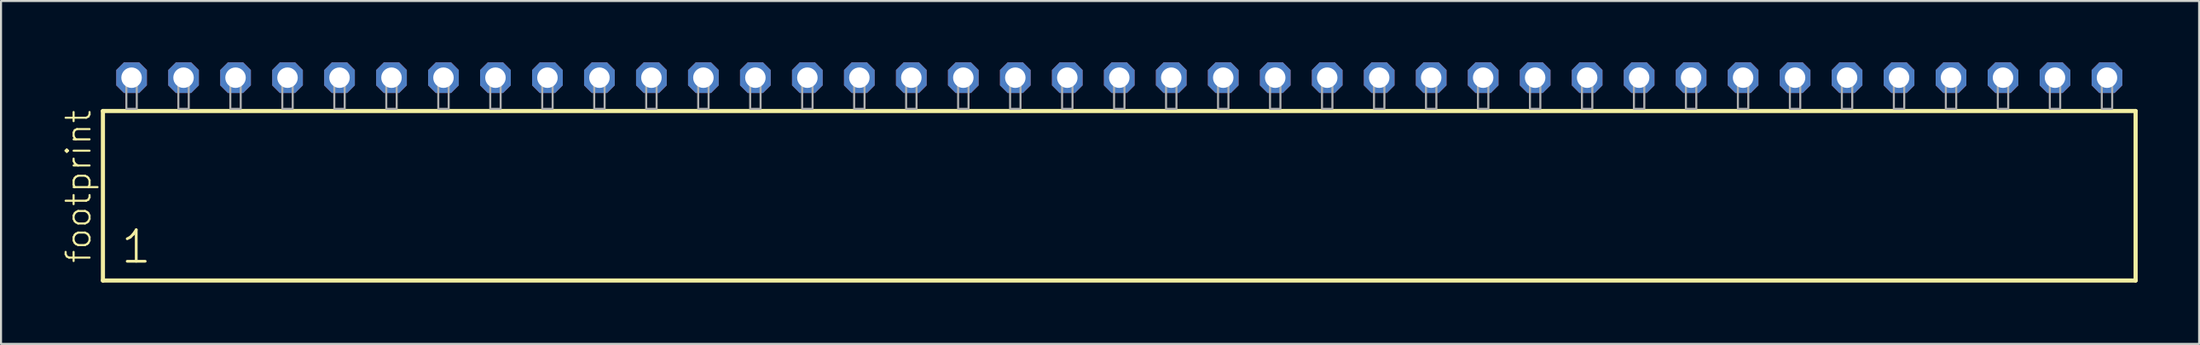
<source format=kicad_pcb>
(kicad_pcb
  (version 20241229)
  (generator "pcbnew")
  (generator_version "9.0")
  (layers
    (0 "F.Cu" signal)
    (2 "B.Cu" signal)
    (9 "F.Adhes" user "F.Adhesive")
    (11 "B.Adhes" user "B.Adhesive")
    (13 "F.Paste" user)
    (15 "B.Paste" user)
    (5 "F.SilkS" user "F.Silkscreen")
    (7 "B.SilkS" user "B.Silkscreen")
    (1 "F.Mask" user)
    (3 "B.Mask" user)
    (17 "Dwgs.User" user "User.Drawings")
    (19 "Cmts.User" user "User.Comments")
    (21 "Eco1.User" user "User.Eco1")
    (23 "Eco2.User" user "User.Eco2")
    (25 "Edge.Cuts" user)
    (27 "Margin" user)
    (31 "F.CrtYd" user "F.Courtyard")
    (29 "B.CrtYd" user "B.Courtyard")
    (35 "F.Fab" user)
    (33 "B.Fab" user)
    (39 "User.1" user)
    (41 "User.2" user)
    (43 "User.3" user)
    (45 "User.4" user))
  (footprint "footprint"
    (layer "F.Cu")
    (at 51.638 2.274)
    (property "Reference" "footprint" (at -50.165 7.62 90) (layer "F.SilkS") (effects (font (size 1.168 1.168) (thickness 0.102)) (justify left bottom)))
    (fp_line (start -49.659 0.106) (end -49.659 8.396) (stroke (width 0.203) (type solid)) (layer "F.SilkS"))
    (fp_line (start -49.659 8.396) (end 49.659 8.396) (stroke (width 0.203) (type solid)) (layer "F.SilkS"))
    (fp_line (start 49.659 0.106) (end -49.659 0.106) (stroke (width 0.203) (type solid)) (layer "F.SilkS"))
    (fp_line (start 49.659 8.396) (end 49.659 0.106) (stroke (width 0.203) (type solid)) (layer "F.SilkS"))
    (fp_poly (pts (xy -48.514 0) (xy -48.006 0) (xy -48.006 -1.778) (xy -48.514 -1.778)) (stroke (width 0.1) (type solid)) (fill no) (layer "F.Fab"))
    (fp_poly (pts (xy -45.974 0) (xy -45.466 0) (xy -45.466 -1.778) (xy -45.974 -1.778)) (stroke (width 0.1) (type solid)) (fill no) (layer "F.Fab"))
    (fp_poly (pts (xy -43.434 0) (xy -42.926 0) (xy -42.926 -1.778) (xy -43.434 -1.778)) (stroke (width 0.1) (type solid)) (fill no) (layer "F.Fab"))
    (fp_poly (pts (xy -40.894 0) (xy -40.386 0) (xy -40.386 -1.778) (xy -40.894 -1.778)) (stroke (width 0.1) (type solid)) (fill no) (layer "F.Fab"))
    (fp_poly (pts (xy -38.354 0) (xy -37.846 0) (xy -37.846 -1.778) (xy -38.354 -1.778)) (stroke (width 0.1) (type solid)) (fill no) (layer "F.Fab"))
    (fp_poly (pts (xy -35.814 0) (xy -35.306 0) (xy -35.306 -1.778) (xy -35.814 -1.778)) (stroke (width 0.1) (type solid)) (fill no) (layer "F.Fab"))
    (fp_poly (pts (xy -33.274 0) (xy -32.766 0) (xy -32.766 -1.778) (xy -33.274 -1.778)) (stroke (width 0.1) (type solid)) (fill no) (layer "F.Fab"))
    (fp_poly (pts (xy -30.734 0) (xy -30.226 0) (xy -30.226 -1.778) (xy -30.734 -1.778)) (stroke (width 0.1) (type solid)) (fill no) (layer "F.Fab"))
    (fp_poly (pts (xy -28.194 0) (xy -27.686 0) (xy -27.686 -1.778) (xy -28.194 -1.778)) (stroke (width 0.1) (type solid)) (fill no) (layer "F.Fab"))
    (fp_poly (pts (xy -25.654 0) (xy -25.146 0) (xy -25.146 -1.778) (xy -25.654 -1.778)) (stroke (width 0.1) (type solid)) (fill no) (layer "F.Fab"))
    (fp_poly (pts (xy -23.114 0) (xy -22.606 0) (xy -22.606 -1.778) (xy -23.114 -1.778)) (stroke (width 0.1) (type solid)) (fill no) (layer "F.Fab"))
    (fp_poly (pts (xy -20.574 0) (xy -20.066 0) (xy -20.066 -1.778) (xy -20.574 -1.778)) (stroke (width 0.1) (type solid)) (fill no) (layer "F.Fab"))
    (fp_poly (pts (xy -18.034 0) (xy -17.526 0) (xy -17.526 -1.778) (xy -18.034 -1.778)) (stroke (width 0.1) (type solid)) (fill no) (layer "F.Fab"))
    (fp_poly (pts (xy -15.494 0) (xy -14.986 0) (xy -14.986 -1.778) (xy -15.494 -1.778)) (stroke (width 0.1) (type solid)) (fill no) (layer "F.Fab"))
    (fp_poly (pts (xy -12.954 0) (xy -12.446 0) (xy -12.446 -1.778) (xy -12.954 -1.778)) (stroke (width 0.1) (type solid)) (fill no) (layer "F.Fab"))
    (fp_poly (pts (xy -10.414 0) (xy -9.906 0) (xy -9.906 -1.778) (xy -10.414 -1.778)) (stroke (width 0.1) (type solid)) (fill no) (layer "F.Fab"))
    (fp_poly (pts (xy -7.874 0) (xy -7.366 0) (xy -7.366 -1.778) (xy -7.874 -1.778)) (stroke (width 0.1) (type solid)) (fill no) (layer "F.Fab"))
    (fp_poly (pts (xy -5.334 0) (xy -4.826 0) (xy -4.826 -1.778) (xy -5.334 -1.778)) (stroke (width 0.1) (type solid)) (fill no) (layer "F.Fab"))
    (fp_poly (pts (xy -2.794 0) (xy -2.286 0) (xy -2.286 -1.778) (xy -2.794 -1.778)) (stroke (width 0.1) (type solid)) (fill no) (layer "F.Fab"))
    (fp_poly (pts (xy -0.254 0) (xy 0.254 0) (xy 0.254 -1.778) (xy -0.254 -1.778)) (stroke (width 0.1) (type solid)) (fill no) (layer "F.Fab"))
    (fp_poly (pts (xy 2.286 0) (xy 2.794 0) (xy 2.794 -1.778) (xy 2.286 -1.778)) (stroke (width 0.1) (type solid)) (fill no) (layer "F.Fab"))
    (fp_poly (pts (xy 4.826 0) (xy 5.334 0) (xy 5.334 -1.778) (xy 4.826 -1.778)) (stroke (width 0.1) (type solid)) (fill no) (layer "F.Fab"))
    (fp_poly (pts (xy 7.366 0) (xy 7.874 0) (xy 7.874 -1.778) (xy 7.366 -1.778)) (stroke (width 0.1) (type solid)) (fill no) (layer "F.Fab"))
    (fp_poly (pts (xy 9.906 0) (xy 10.414 0) (xy 10.414 -1.778) (xy 9.906 -1.778)) (stroke (width 0.1) (type solid)) (fill no) (layer "F.Fab"))
    (fp_poly (pts (xy 12.446 0) (xy 12.954 0) (xy 12.954 -1.778) (xy 12.446 -1.778)) (stroke (width 0.1) (type solid)) (fill no) (layer "F.Fab"))
    (fp_poly (pts (xy 14.986 0) (xy 15.494 0) (xy 15.494 -1.778) (xy 14.986 -1.778)) (stroke (width 0.1) (type solid)) (fill no) (layer "F.Fab"))
    (fp_poly (pts (xy 17.526 0) (xy 18.034 0) (xy 18.034 -1.778) (xy 17.526 -1.778)) (stroke (width 0.1) (type solid)) (fill no) (layer "F.Fab"))
    (fp_poly (pts (xy 20.066 0) (xy 20.574 0) (xy 20.574 -1.778) (xy 20.066 -1.778)) (stroke (width 0.1) (type solid)) (fill no) (layer "F.Fab"))
    (fp_poly (pts (xy 22.606 0) (xy 23.114 0) (xy 23.114 -1.778) (xy 22.606 -1.778)) (stroke (width 0.1) (type solid)) (fill no) (layer "F.Fab"))
    (fp_poly (pts (xy 25.146 0) (xy 25.654 0) (xy 25.654 -1.778) (xy 25.146 -1.778)) (stroke (width 0.1) (type solid)) (fill no) (layer "F.Fab"))
    (fp_poly (pts (xy 27.686 0) (xy 28.194 0) (xy 28.194 -1.778) (xy 27.686 -1.778)) (stroke (width 0.1) (type solid)) (fill no) (layer "F.Fab"))
    (fp_poly (pts (xy 30.226 0) (xy 30.734 0) (xy 30.734 -1.778) (xy 30.226 -1.778)) (stroke (width 0.1) (type solid)) (fill no) (layer "F.Fab"))
    (fp_poly (pts (xy 32.766 0) (xy 33.274 0) (xy 33.274 -1.778) (xy 32.766 -1.778)) (stroke (width 0.1) (type solid)) (fill no) (layer "F.Fab"))
    (fp_poly (pts (xy 35.306 0) (xy 35.814 0) (xy 35.814 -1.778) (xy 35.306 -1.778)) (stroke (width 0.1) (type solid)) (fill no) (layer "F.Fab"))
    (fp_poly (pts (xy 37.846 0) (xy 38.354 0) (xy 38.354 -1.778) (xy 37.846 -1.778)) (stroke (width 0.1) (type solid)) (fill no) (layer "F.Fab"))
    (fp_poly (pts (xy 40.386 0) (xy 40.894 0) (xy 40.894 -1.778) (xy 40.386 -1.778)) (stroke (width 0.1) (type solid)) (fill no) (layer "F.Fab"))
    (fp_poly (pts (xy 42.926 0) (xy 43.434 0) (xy 43.434 -1.778) (xy 42.926 -1.778)) (stroke (width 0.1) (type solid)) (fill no) (layer "F.Fab"))
    (fp_poly (pts (xy 45.466 0) (xy 45.974 0) (xy 45.974 -1.778) (xy 45.466 -1.778)) (stroke (width 0.1) (type solid)) (fill no) (layer "F.Fab"))
    (fp_poly (pts (xy 48.006 0) (xy 48.514 0) (xy 48.514 -1.778) (xy 48.006 -1.778)) (stroke (width 0.1) (type solid)) (fill no) (layer "F.Fab"))
    (fp_text user "1" (at -48.855 7.65 0) (layer "F.SilkS") (effects (font (size 1.542 1.542) (thickness 0.134)) (justify left bottom)))
    (pad "1" thru_hole roundrect (at -48.26 -1.524) (size 1.5 1.5) (drill 1) (layers "*.Cu" "*.Mask") (roundrect_rratio 0.25) (chamfer_ratio 0.25) (chamfer top_left top_right bottom_left bottom_right))
    (pad "2" thru_hole roundrect (at -45.72 -1.524) (size 1.5 1.5) (drill 1) (layers "*.Cu" "*.Mask") (roundrect_rratio 0.25) (chamfer_ratio 0.25) (chamfer top_left top_right bottom_left bottom_right))
    (pad "3" thru_hole roundrect (at -43.18 -1.524) (size 1.5 1.5) (drill 1) (layers "*.Cu" "*.Mask") (roundrect_rratio 0.25) (chamfer_ratio 0.25) (chamfer top_left top_right bottom_left bottom_right))
    (pad "4" thru_hole roundrect (at -40.64 -1.524) (size 1.5 1.5) (drill 1) (layers "*.Cu" "*.Mask") (roundrect_rratio 0.25) (chamfer_ratio 0.25) (chamfer top_left top_right bottom_left bottom_right))
    (pad "5" thru_hole roundrect (at -38.1 -1.524) (size 1.5 1.5) (drill 1) (layers "*.Cu" "*.Mask") (roundrect_rratio 0.25) (chamfer_ratio 0.25) (chamfer top_left top_right bottom_left bottom_right))
    (pad "6" thru_hole roundrect (at -35.56 -1.524) (size 1.5 1.5) (drill 1) (layers "*.Cu" "*.Mask") (roundrect_rratio 0.25) (chamfer_ratio 0.25) (chamfer top_left top_right bottom_left bottom_right))
    (pad "7" thru_hole roundrect (at -33.02 -1.524) (size 1.5 1.5) (drill 1) (layers "*.Cu" "*.Mask") (roundrect_rratio 0.25) (chamfer_ratio 0.25) (chamfer top_left top_right bottom_left bottom_right))
    (pad "8" thru_hole roundrect (at -30.48 -1.524) (size 1.5 1.5) (drill 1) (layers "*.Cu" "*.Mask") (roundrect_rratio 0.25) (chamfer_ratio 0.25) (chamfer top_left top_right bottom_left bottom_right))
    (pad "9" thru_hole roundrect (at -27.94 -1.524) (size 1.5 1.5) (drill 1) (layers "*.Cu" "*.Mask") (roundrect_rratio 0.25) (chamfer_ratio 0.25) (chamfer top_left top_right bottom_left bottom_right))
    (pad "10" thru_hole roundrect (at -25.4 -1.524) (size 1.5 1.5) (drill 1) (layers "*.Cu" "*.Mask") (roundrect_rratio 0.25) (chamfer_ratio 0.25) (chamfer top_left top_right bottom_left bottom_right))
    (pad "11" thru_hole roundrect (at -22.86 -1.524) (size 1.5 1.5) (drill 1) (layers "*.Cu" "*.Mask") (roundrect_rratio 0.25) (chamfer_ratio 0.25) (chamfer top_left top_right bottom_left bottom_right))
    (pad "12" thru_hole roundrect (at -20.32 -1.524) (size 1.5 1.5) (drill 1) (layers "*.Cu" "*.Mask") (roundrect_rratio 0.25) (chamfer_ratio 0.25) (chamfer top_left top_right bottom_left bottom_right))
    (pad "13" thru_hole roundrect (at -17.78 -1.524) (size 1.5 1.5) (drill 1) (layers "*.Cu" "*.Mask") (roundrect_rratio 0.25) (chamfer_ratio 0.25) (chamfer top_left top_right bottom_left bottom_right))
    (pad "14" thru_hole roundrect (at -15.24 -1.524) (size 1.5 1.5) (drill 1) (layers "*.Cu" "*.Mask") (roundrect_rratio 0.25) (chamfer_ratio 0.25) (chamfer top_left top_right bottom_left bottom_right))
    (pad "15" thru_hole roundrect (at -12.7 -1.524) (size 1.5 1.5) (drill 1) (layers "*.Cu" "*.Mask") (roundrect_rratio 0.25) (chamfer_ratio 0.25) (chamfer top_left top_right bottom_left bottom_right))
    (pad "16" thru_hole roundrect (at -10.16 -1.524) (size 1.5 1.5) (drill 1) (layers "*.Cu" "*.Mask") (roundrect_rratio 0.25) (chamfer_ratio 0.25) (chamfer top_left top_right bottom_left bottom_right))
    (pad "17" thru_hole roundrect (at -7.62 -1.524) (size 1.5 1.5) (drill 1) (layers "*.Cu" "*.Mask") (roundrect_rratio 0.25) (chamfer_ratio 0.25) (chamfer top_left top_right bottom_left bottom_right))
    (pad "18" thru_hole roundrect (at -5.08 -1.524) (size 1.5 1.5) (drill 1) (layers "*.Cu" "*.Mask") (roundrect_rratio 0.25) (chamfer_ratio 0.25) (chamfer top_left top_right bottom_left bottom_right))
    (pad "19" thru_hole roundrect (at -2.54 -1.524) (size 1.5 1.5) (drill 1) (layers "*.Cu" "*.Mask") (roundrect_rratio 0.25) (chamfer_ratio 0.25) (chamfer top_left top_right bottom_left bottom_right))
    (pad "20" thru_hole roundrect (at 0 -1.524) (size 1.5 1.5) (drill 1) (layers "*.Cu" "*.Mask") (roundrect_rratio 0.25) (chamfer_ratio 0.25) (chamfer top_left top_right bottom_left bottom_right))
    (pad "21" thru_hole roundrect (at 2.54 -1.524) (size 1.5 1.5) (drill 1) (layers "*.Cu" "*.Mask") (roundrect_rratio 0.25) (chamfer_ratio 0.25) (chamfer top_left top_right bottom_left bottom_right))
    (pad "22" thru_hole roundrect (at 5.08 -1.524) (size 1.5 1.5) (drill 1) (layers "*.Cu" "*.Mask") (roundrect_rratio 0.25) (chamfer_ratio 0.25) (chamfer top_left top_right bottom_left bottom_right))
    (pad "23" thru_hole roundrect (at 7.62 -1.524) (size 1.5 1.5) (drill 1) (layers "*.Cu" "*.Mask") (roundrect_rratio 0.25) (chamfer_ratio 0.25) (chamfer top_left top_right bottom_left bottom_right))
    (pad "24" thru_hole roundrect (at 10.16 -1.524) (size 1.5 1.5) (drill 1) (layers "*.Cu" "*.Mask") (roundrect_rratio 0.25) (chamfer_ratio 0.25) (chamfer top_left top_right bottom_left bottom_right))
    (pad "25" thru_hole roundrect (at 12.7 -1.524) (size 1.5 1.5) (drill 1) (layers "*.Cu" "*.Mask") (roundrect_rratio 0.25) (chamfer_ratio 0.25) (chamfer top_left top_right bottom_left bottom_right))
    (pad "26" thru_hole roundrect (at 15.24 -1.524) (size 1.5 1.5) (drill 1) (layers "*.Cu" "*.Mask") (roundrect_rratio 0.25) (chamfer_ratio 0.25) (chamfer top_left top_right bottom_left bottom_right))
    (pad "27" thru_hole roundrect (at 17.78 -1.524) (size 1.5 1.5) (drill 1) (layers "*.Cu" "*.Mask") (roundrect_rratio 0.25) (chamfer_ratio 0.25) (chamfer top_left top_right bottom_left bottom_right))
    (pad "28" thru_hole roundrect (at 20.32 -1.524) (size 1.5 1.5) (drill 1) (layers "*.Cu" "*.Mask") (roundrect_rratio 0.25) (chamfer_ratio 0.25) (chamfer top_left top_right bottom_left bottom_right))
    (pad "29" thru_hole roundrect (at 22.86 -1.524) (size 1.5 1.5) (drill 1) (layers "*.Cu" "*.Mask") (roundrect_rratio 0.25) (chamfer_ratio 0.25) (chamfer top_left top_right bottom_left bottom_right))
    (pad "30" thru_hole roundrect (at 25.4 -1.524) (size 1.5 1.5) (drill 1) (layers "*.Cu" "*.Mask") (roundrect_rratio 0.25) (chamfer_ratio 0.25) (chamfer top_left top_right bottom_left bottom_right))
    (pad "31" thru_hole roundrect (at 27.94 -1.524) (size 1.5 1.5) (drill 1) (layers "*.Cu" "*.Mask") (roundrect_rratio 0.25) (chamfer_ratio 0.25) (chamfer top_left top_right bottom_left bottom_right))
    (pad "32" thru_hole roundrect (at 30.48 -1.524) (size 1.5 1.5) (drill 1) (layers "*.Cu" "*.Mask") (roundrect_rratio 0.25) (chamfer_ratio 0.25) (chamfer top_left top_right bottom_left bottom_right))
    (pad "33" thru_hole roundrect (at 33.02 -1.524) (size 1.5 1.5) (drill 1) (layers "*.Cu" "*.Mask") (roundrect_rratio 0.25) (chamfer_ratio 0.25) (chamfer top_left top_right bottom_left bottom_right))
    (pad "34" thru_hole roundrect (at 35.56 -1.524) (size 1.5 1.5) (drill 1) (layers "*.Cu" "*.Mask") (roundrect_rratio 0.25) (chamfer_ratio 0.25) (chamfer top_left top_right bottom_left bottom_right))
    (pad "35" thru_hole roundrect (at 38.1 -1.524) (size 1.5 1.5) (drill 1) (layers "*.Cu" "*.Mask") (roundrect_rratio 0.25) (chamfer_ratio 0.25) (chamfer top_left top_right bottom_left bottom_right))
    (pad "36" thru_hole roundrect (at 40.64 -1.524) (size 1.5 1.5) (drill 1) (layers "*.Cu" "*.Mask") (roundrect_rratio 0.25) (chamfer_ratio 0.25) (chamfer top_left top_right bottom_left bottom_right))
    (pad "37" thru_hole roundrect (at 43.18 -1.524) (size 1.5 1.5) (drill 1) (layers "*.Cu" "*.Mask") (roundrect_rratio 0.25) (chamfer_ratio 0.25) (chamfer top_left top_right bottom_left bottom_right))
    (pad "38" thru_hole roundrect (at 45.72 -1.524) (size 1.5 1.5) (drill 1) (layers "*.Cu" "*.Mask") (roundrect_rratio 0.25) (chamfer_ratio 0.25) (chamfer top_left top_right bottom_left bottom_right))
    (pad "39" thru_hole roundrect (at 48.26 -1.524) (size 1.5 1.5) (drill 1) (layers "*.Cu" "*.Mask") (roundrect_rratio 0.25) (chamfer_ratio 0.25) (chamfer top_left top_right bottom_left bottom_right)))
  (gr_rect
    (start -3 -3)
    (end 104.399 13.772)
    (stroke (width 0.1) (type default))
    (fill no)
    (layer "Edge.Cuts")))
</source>
